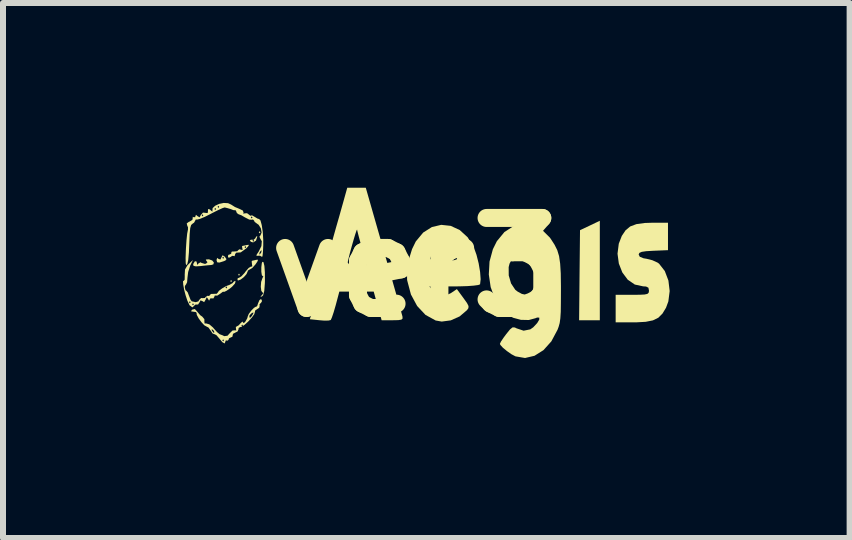
<source format=kicad_pcb>
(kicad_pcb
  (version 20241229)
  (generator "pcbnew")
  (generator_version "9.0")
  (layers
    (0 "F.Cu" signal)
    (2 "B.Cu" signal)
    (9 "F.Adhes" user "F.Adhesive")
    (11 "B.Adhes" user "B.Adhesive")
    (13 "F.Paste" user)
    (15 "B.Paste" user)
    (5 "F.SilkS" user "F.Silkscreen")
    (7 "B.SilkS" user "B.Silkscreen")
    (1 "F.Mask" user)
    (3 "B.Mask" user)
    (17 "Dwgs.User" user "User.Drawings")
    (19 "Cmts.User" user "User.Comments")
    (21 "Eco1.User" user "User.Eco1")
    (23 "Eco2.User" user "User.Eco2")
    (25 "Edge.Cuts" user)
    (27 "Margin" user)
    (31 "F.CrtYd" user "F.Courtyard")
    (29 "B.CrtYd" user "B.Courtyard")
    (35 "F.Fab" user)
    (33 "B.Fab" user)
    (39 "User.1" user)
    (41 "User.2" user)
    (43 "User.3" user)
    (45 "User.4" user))
  (footprint "ver3"
    (layer "F.Cu")
    (at 3.88 1.404)
    (property "Reference" "ver3" (at 0 0 0) (layer "F.SilkS") (effects (font (size 1.5 1.5) (thickness 0.3))))
    (attr board_only exclude_from_pos_files exclude_from_bom)
    (fp_poly (pts (xy -3.066 0.23) (xy -3.079 0.247) (xy -3.092 0.23) (xy -3.079 0.212)) (stroke (width 0) (type solid)) (fill yes) (layer "F.SilkS"))
    (fp_poly (pts (xy -2.934 0.124) (xy -2.947 0.141) (xy -2.96 0.124) (xy -2.947 0.106)) (stroke (width 0) (type solid)) (fill yes) (layer "F.SilkS"))
    (fp_poly (pts (xy -2.59 -0.583) (xy -2.603 -0.565) (xy -2.617 -0.583) (xy -2.603 -0.601)) (stroke (width 0) (type solid)) (fill yes) (layer "F.SilkS"))
    (fp_poly (pts (xy 3.066 0.054) (xy 3.066 0.883) (xy 2.894 0.883) (xy 2.721 0.883) (xy 2.728 0.133) (xy 2.736 -0.618) (xy 2.901 -0.696) (xy 3.066 -0.775)) (stroke (width 0) (type solid)) (fill yes) (layer "F.SilkS"))
    (fp_poly (pts (xy -2.643 -0.508) (xy -2.664 -0.444) (xy -2.711 -0.414) (xy -2.75 -0.425) (xy -2.767 -0.453) (xy -2.737 -0.46) (xy -2.711 -0.457) (xy -2.722 -0.442) (xy -2.709 -0.424) (xy -2.696 -0.442) (xy -2.707 -0.456) (xy -2.706 -0.456) (xy -2.679 -0.479) (xy -2.666 -0.5) (xy -2.647 -0.523)) (stroke (width 0) (type solid)) (fill yes) (layer "F.SilkS"))
    (fp_poly (pts (xy -3.189 -0.181) (xy -3.181 -0.172) (xy -3.155 -0.135) (xy -3.173 -0.113) (xy -3.201 -0.101) (xy -3.275 -0.078) (xy -3.311 -0.083) (xy -3.321 -0.117) (xy -3.321 -0.123) (xy -3.311 -0.156) (xy -3.289 -0.14) (xy -3.257 -0.129) (xy -3.242 -0.159) (xy -3.225 -0.159) (xy -3.211 -0.141) (xy -3.198 -0.159) (xy -3.211 -0.177) (xy -3.225 -0.159) (xy -3.242 -0.159) (xy -3.241 -0.162) (xy -3.221 -0.2)) (stroke (width 0) (type solid)) (fill yes) (layer "F.SilkS"))
    (fp_poly (pts (xy -2.539 -0.085) (xy -2.524 -0.023) (xy -2.516 0.084) (xy -2.515 0.223) (xy -2.516 0.264) (xy -2.526 0.395) (xy -2.545 0.467) (xy -2.564 0.486) (xy -2.59 0.492) (xy -2.572 0.47) (xy -2.564 0.462) (xy -2.543 0.432) (xy -2.551 0.424) (xy -2.575 0.394) (xy -2.584 0.325) (xy -2.578 0.244) (xy -2.557 0.182) (xy -2.541 0.148) (xy -2.551 0.149) (xy -2.566 0.133) (xy -2.575 0.075) (xy -2.575 -0.001) (xy -2.567 -0.067) (xy -2.558 -0.091)) (stroke (width 0) (type solid)) (fill yes) (layer "F.SilkS"))
    (fp_poly (pts (xy -3.447 -0.132) (xy -3.393 -0.113) (xy -3.366 -0.08) (xy -3.374 -0.049) (xy -3.407 -0.038) (xy -3.457 -0.034) (xy -3.537 -0.026) (xy -3.586 -0.02) (xy -3.667 -0.015) (xy -3.705 -0.024) (xy -3.711 -0.049) (xy -3.709 -0.056) (xy -3.682 -0.1) (xy -3.655 -0.096) (xy -3.647 -0.062) (xy -3.641 -0.037) (xy -3.627 -0.06) (xy -3.59 -0.083) (xy -3.57 -0.072) (xy -3.516 -0.056) (xy -3.496 -0.061) (xy -3.472 -0.084) (xy -3.493 -0.11) (xy -3.5 -0.129) (xy -3.456 -0.132)) (stroke (width 0) (type solid)) (fill yes) (layer "F.SilkS"))
    (fp_poly (pts (xy -2.637 -0.102) (xy -2.671 -0.05) (xy -2.723 0.009) (xy -2.765 0.035) (xy -2.767 0.035) (xy -2.799 0.055) (xy -2.802 0.068) (xy -2.821 0.112) (xy -2.865 0.163) (xy -2.918 0.204) (xy -2.96 0.22) (xy -2.973 0.213) (xy -2.968 0.181) (xy -2.951 0.177) (xy -2.909 0.153) (xy -2.853 0.093) (xy -2.839 0.073) (xy -2.787 0.012) (xy -2.747 -0.012) (xy -2.739 -0.01) (xy -2.725 -0.016) (xy -2.73 -0.047) (xy -2.736 -0.098) (xy -2.728 -0.109) (xy -2.688 -0.117) (xy -2.66 -0.124) (xy -2.631 -0.126)) (stroke (width 0) (type solid)) (fill yes) (layer "F.SilkS"))
    (fp_poly (pts (xy -2.789 -0.356) (xy -2.824 -0.316) (xy -2.918 -0.248) (xy -2.993 -0.243) (xy -3.012 -0.22) (xy -3.013 -0.206) (xy -3.024 -0.182) (xy -3.031 -0.188) (xy -3.062 -0.19) (xy -3.081 -0.175) (xy -3.118 -0.157) (xy -3.131 -0.175) (xy -3.126 -0.206) (xy -3.106 -0.212) (xy -3.076 -0.226) (xy -3.077 -0.242) (xy -3.066 -0.262) (xy -3.026 -0.263) (xy -2.977 -0.267) (xy -2.96 -0.285) (xy -2.94 -0.3) (xy -2.916 -0.293) (xy -2.886 -0.288) (xy -2.891 -0.312) (xy -2.895 -0.336) (xy -2.855 -0.336) (xy -2.841 -0.318) (xy -2.828 -0.336) (xy -2.841 -0.353) (xy -2.855 -0.336) (xy -2.895 -0.336) (xy -2.897 -0.35) (xy -2.889 -0.356) (xy -2.847 -0.364) (xy -2.815 -0.371) (xy -2.783 -0.375)) (stroke (width 0) (type solid)) (fill yes) (layer "F.SilkS"))
    (fp_poly (pts (xy 4.202 -0.514) (xy 4.202 -0.285) (xy 3.958 -0.275) (xy 3.839 -0.268) (xy 3.765 -0.257) (xy 3.726 -0.24) (xy 3.714 -0.215) (xy 3.714 -0.212) (xy 3.732 -0.175) (xy 3.794 -0.15) (xy 3.847 -0.141) (xy 3.942 -0.117) (xy 4.026 -0.079) (xy 4.053 -0.06) (xy 4.149 0.063) (xy 4.209 0.221) (xy 4.23 0.396) (xy 4.208 0.569) (xy 4.169 0.675) (xy 4.11 0.772) (xy 4.041 0.841) (xy 3.951 0.885) (xy 3.831 0.909) (xy 3.671 0.918) (xy 3.628 0.918) (xy 3.33 0.918) (xy 3.33 0.689) (xy 3.33 0.459) (xy 3.608 0.459) (xy 3.732 0.458) (xy 3.812 0.454) (xy 3.858 0.444) (xy 3.879 0.426) (xy 3.885 0.397) (xy 3.885 0.389) (xy 3.876 0.341) (xy 3.837 0.321) (xy 3.788 0.318) (xy 3.649 0.288) (xy 3.531 0.207) (xy 3.441 0.086) (xy 3.383 -0.062) (xy 3.361 -0.226) (xy 3.382 -0.393) (xy 3.432 -0.522) (xy 3.495 -0.616) (xy 3.572 -0.68) (xy 3.676 -0.719) (xy 3.814 -0.738) (xy 3.936 -0.742) (xy 4.202 -0.742)) (stroke (width 0) (type solid)) (fill yes) (layer "F.SilkS"))
    (fp_poly (pts (xy -0.536 -0.283) (xy -0.462 -0.024) (xy -0.394 0.214) (xy -0.334 0.425) (xy -0.285 0.6) (xy -0.248 0.73) (xy -0.227 0.806) (xy -0.223 0.821) (xy -0.221 0.854) (xy -0.241 0.873) (xy -0.293 0.881) (xy -0.388 0.883) (xy -0.389 0.883) (xy -0.57 0.883) (xy -0.636 0.645) (xy -0.702 0.406) (xy -0.988 0.406) (xy -1.275 0.406) (xy -1.335 0.631) (xy -1.369 0.748) (xy -1.399 0.837) (xy -1.418 0.879) (xy -1.455 0.888) (xy -1.527 0.889) (xy -1.603 0.883) (xy -1.766 0.866) (xy -1.529 0.035) (xy -1.496 -0.079) (xy -1.135 -0.079) (xy -1.115 -0.052) (xy -1.049 -0.038) (xy -0.979 -0.035) (xy -0.821 -0.035) (xy -0.899 -0.32) (xy -0.935 -0.452) (xy -0.963 -0.558) (xy -0.978 -0.62) (xy -0.979 -0.629) (xy -0.988 -0.614) (xy -1.01 -0.549) (xy -1.039 -0.452) (xy -1.071 -0.34) (xy -1.101 -0.23) (xy -1.123 -0.139) (xy -1.135 -0.084) (xy -1.135 -0.079) (xy -1.496 -0.079) (xy -1.459 -0.21) (xy -1.39 -0.449) (xy -1.328 -0.669) (xy -1.274 -0.857) (xy -1.234 -1) (xy -1.217 -1.06) (xy -1.143 -1.325) (xy -0.988 -1.325) (xy -0.834 -1.325)) (stroke (width 0) (type solid)) (fill yes) (layer "F.SilkS"))
    (fp_poly (pts (xy 0.581 -0.69) (xy 0.732 -0.62) (xy 0.864 -0.499) (xy 0.968 -0.328) (xy 1.011 -0.207) (xy 1.047 -0.064) (xy 1.071 0.078) (xy 1.08 0.2) (xy 1.071 0.28) (xy 1.069 0.285) (xy 1.039 0.296) (xy 0.965 0.306) (xy 0.857 0.314) (xy 0.725 0.318) (xy 0.639 0.319) (xy 0.225 0.32) (xy 0.287 0.39) (xy 0.383 0.467) (xy 0.478 0.479) (xy 0.58 0.433) (xy 0.684 0.364) (xy 0.792 0.511) (xy 0.852 0.595) (xy 0.878 0.646) (xy 0.876 0.681) (xy 0.853 0.714) (xy 0.73 0.819) (xy 0.582 0.885) (xy 0.431 0.905) (xy 0.33 0.887) (xy 0.161 0.794) (xy 0.022 0.646) (xy -0.082 0.453) (xy -0.143 0.223) (xy -0.146 0.205) (xy -0.147 0.05) (xy -0.117 -0.128) (xy -0.114 -0.139) (xy 0.238 -0.139) (xy 0.262 -0.124) (xy 0.327 -0.113) (xy 0.421 -0.107) (xy 0.463 -0.106) (xy 0.568 -0.11) (xy 0.646 -0.12) (xy 0.685 -0.135) (xy 0.687 -0.14) (xy 0.664 -0.185) (xy 0.606 -0.23) (xy 0.529 -0.266) (xy 0.453 -0.282) (xy 0.443 -0.283) (xy 0.367 -0.266) (xy 0.296 -0.226) (xy 0.248 -0.174) (xy 0.238 -0.139) (xy -0.114 -0.139) (xy -0.063 -0.303) (xy -0.001 -0.43) (xy 0.122 -0.578) (xy 0.267 -0.67) (xy 0.423 -0.707)) (stroke (width 0) (type solid)) (fill yes) (layer "F.SilkS"))
    (fp_poly (pts (xy 1.945 -0.705) (xy 2.098 -0.629) (xy 2.234 -0.494) (xy 2.25 -0.471) (xy 2.312 -0.375) (xy 2.357 -0.285) (xy 2.387 -0.185) (xy 2.405 -0.061) (xy 2.415 0.1) (xy 2.418 0.314) (xy 2.418 0.389) (xy 2.417 0.595) (xy 2.415 0.744) (xy 2.408 0.851) (xy 2.397 0.93) (xy 2.379 0.994) (xy 2.361 1.042) (xy 2.258 1.235) (xy 2.127 1.381) (xy 1.978 1.475) (xy 1.82 1.512) (xy 1.663 1.485) (xy 1.659 1.484) (xy 1.593 1.449) (xy 1.519 1.397) (xy 1.452 1.342) (xy 1.409 1.295) (xy 1.401 1.276) (xy 1.418 1.239) (xy 1.463 1.172) (xy 1.506 1.114) (xy 1.569 1.036) (xy 1.611 1.002) (xy 1.649 1.003) (xy 1.679 1.018) (xy 1.796 1.057) (xy 1.907 1.035) (xy 1.957 1) (xy 2.023 0.929) (xy 2.057 0.872) (xy 2.057 0.839) (xy 2.02 0.838) (xy 1.994 0.849) (xy 1.882 0.879) (xy 1.75 0.876) (xy 1.623 0.842) (xy 1.573 0.816) (xy 1.428 0.691) (xy 1.318 0.525) (xy 1.247 0.331) (xy 1.216 0.12) (xy 1.223 -0.003) (xy 1.547 -0.003) (xy 1.548 0.136) (xy 1.587 0.27) (xy 1.657 0.375) (xy 1.697 0.406) (xy 1.767 0.444) (xy 1.814 0.454) (xy 1.865 0.436) (xy 1.914 0.41) (xy 2.016 0.321) (xy 2.074 0.198) (xy 2.085 0.051) (xy 2.048 -0.107) (xy 1.986 -0.216) (xy 1.9 -0.271) (xy 1.814 -0.283) (xy 1.715 -0.252) (xy 1.625 -0.172) (xy 1.562 -0.062) (xy 1.547 -0.003) (xy 1.223 -0.003) (xy 1.228 -0.095) (xy 1.284 -0.301) (xy 1.35 -0.434) (xy 1.476 -0.587) (xy 1.624 -0.683) (xy 1.784 -0.723)) (stroke (width 0) (type solid)) (fill yes) (layer "F.SilkS"))
    (fp_poly (pts (xy -3.76 -0.027) (xy -3.794 0.078) (xy -3.806 0.175) (xy -3.812 0.25) (xy -3.828 0.283) (xy -3.828 0.283) (xy -3.848 0.311) (xy -3.85 0.336) (xy -3.838 0.383) (xy -3.827 0.389) (xy -3.802 0.418) (xy -3.78 0.477) (xy -3.754 0.543) (xy -3.734 0.568) (xy -3.692 0.576) (xy -3.669 0.582) (xy -3.624 0.568) (xy -3.611 0.545) (xy -3.578 0.512) (xy -3.559 0.515) (xy -3.515 0.512) (xy -3.503 0.496) (xy -3.471 0.474) (xy -3.461 0.478) (xy -3.438 0.476) (xy -3.436 0.466) (xy -3.414 0.445) (xy -3.37 0.443) (xy -3.32 0.442) (xy -3.304 0.426) (xy -3.282 0.393) (xy -3.228 0.352) (xy -3.199 0.336) (xy -3.172 0.336) (xy -3.158 0.353) (xy -3.145 0.336) (xy -3.158 0.318) (xy -3.172 0.336) (xy -3.199 0.336) (xy -3.16 0.313) (xy -3.107 0.294) (xy -3.055 0.265) (xy -3.037 0.243) (xy -3.013 0.226) (xy -3.004 0.238) (xy -3.016 0.273) (xy -3.062 0.324) (xy -3.093 0.35) (xy -3.155 0.392) (xy -3.193 0.41) (xy -3.198 0.408) (xy -3.217 0.409) (xy -3.26 0.441) (xy -3.31 0.473) (xy -3.339 0.471) (xy -3.355 0.475) (xy -3.357 0.492) (xy -3.376 0.521) (xy -3.396 0.517) (xy -3.43 0.521) (xy -3.436 0.54) (xy -3.446 0.556) (xy -3.461 0.531) (xy -3.484 0.499) (xy -3.501 0.532) (xy -3.504 0.541) (xy -3.528 0.581) (xy -3.555 0.565) (xy -3.588 0.551) (xy -3.605 0.584) (xy -3.63 0.622) (xy -3.645 0.62) (xy -3.68 0.624) (xy -3.687 0.635) (xy -3.724 0.669) (xy -3.769 0.635) (xy -3.775 0.626) (xy -3.778 0.618) (xy -3.727 0.618) (xy -3.714 0.636) (xy -3.7 0.618) (xy -3.714 0.601) (xy -3.727 0.618) (xy -3.778 0.618) (xy -3.795 0.583) (xy -3.78 0.583) (xy -3.766 0.601) (xy -3.753 0.583) (xy -3.766 0.565) (xy -3.78 0.583) (xy -3.795 0.583) (xy -3.807 0.558) (xy -3.837 0.467) (xy -3.862 0.371) (xy -3.877 0.286) (xy -3.88 0.232) (xy -3.866 0.224) (xy -3.853 0.207) (xy -3.851 0.14) (xy -3.852 0.13) (xy -3.847 0.038) (xy -3.808 -0.03) (xy -3.787 -0.052) (xy -3.714 -0.122)) (stroke (width 0) (type solid)) (fill yes) (layer "F.SilkS"))
    (fp_poly (pts (xy -2.564 0.559) (xy -2.564 0.565) (xy -2.584 0.599) (xy -2.592 0.601) (xy -2.607 0.623) (xy -2.602 0.638) (xy -2.61 0.675) (xy -2.64 0.695) (xy -2.678 0.721) (xy -2.682 0.744) (xy -2.692 0.781) (xy -2.734 0.839) (xy -2.793 0.904) (xy -2.855 0.96) (xy -2.889 0.983) (xy -2.881 0.971) (xy -2.894 0.954) (xy -2.907 0.971) (xy -2.896 0.987) (xy -2.906 0.993) (xy -2.924 0.996) (xy -2.953 1.011) (xy -2.954 1.031) (xy -2.971 1.07) (xy -3.007 1.088) (xy -3.047 1.109) (xy -3.052 1.133) (xy -3.059 1.161) (xy -3.078 1.166) (xy -3.114 1.185) (xy -3.119 1.203) (xy -3.135 1.224) (xy -3.145 1.219) (xy -3.17 1.222) (xy -3.172 1.234) (xy -3.186 1.27) (xy -3.225 1.248) (xy -3.249 1.219) (xy -3.225 1.219) (xy -3.211 1.236) (xy -3.198 1.219) (xy -3.211 1.201) (xy -3.225 1.219) (xy -3.249 1.219) (xy -3.277 1.185) (xy -3.324 1.131) (xy -3.357 1.114) (xy -3.36 1.115) (xy -3.388 1.103) (xy -3.415 1.061) (xy -3.434 1.035) (xy -3.405 1.035) (xy -3.399 1.054) (xy -3.372 1.092) (xy -3.357 1.084) (xy -3.357 1.08) (xy -3.375 1.05) (xy -3.387 1.039) (xy -3.405 1.035) (xy -3.434 1.035) (xy -3.455 1.005) (xy -3.486 0.989) (xy -3.524 0.968) (xy -3.573 0.915) (xy -3.62 0.851) (xy -3.651 0.793) (xy -3.654 0.763) (xy -3.664 0.747) (xy -3.703 0.741) (xy -3.744 0.736) (xy -3.737 0.716) (xy -3.727 0.706) (xy -3.683 0.696) (xy -3.647 0.735) (xy -3.594 0.798) (xy -3.559 0.823) (xy -3.524 0.865) (xy -3.524 0.899) (xy -3.521 0.936) (xy -3.491 0.937) (xy -3.442 0.951) (xy -3.381 1.003) (xy -3.369 1.018) (xy -3.313 1.08) (xy -3.271 1.115) (xy -3.266 1.117) (xy -3.218 1.135) (xy -3.193 1.148) (xy -3.139 1.141) (xy -3.103 1.101) (xy -3.055 1.054) (xy -3.018 1.051) (xy -2.992 1.053) (xy -2.997 1.03) (xy -3 0.994) (xy -2.99 0.989) (xy -2.952 0.967) (xy -2.922 0.934) (xy -2.89 0.904) (xy -2.881 0.918) (xy -2.867 0.932) (xy -2.841 0.906) (xy -2.809 0.849) (xy -2.802 0.821) (xy -2.8 0.816) (xy -2.775 0.816) (xy -2.766 0.846) (xy -2.736 0.816) (xy -2.722 0.794) (xy -2.703 0.756) (xy -2.723 0.758) (xy -2.732 0.762) (xy -2.769 0.797) (xy -2.775 0.816) (xy -2.8 0.816) (xy -2.785 0.779) (xy -2.745 0.725) (xy -2.699 0.677) (xy -2.666 0.657) (xy -2.661 0.659) (xy -2.644 0.645) (xy -2.63 0.603) (xy -2.606 0.547) (xy -2.579 0.529)) (stroke (width 0) (type solid)) (fill yes) (layer "F.SilkS"))
    (fp_poly (pts (xy -3.129 -1.068) (xy -3.079 -1.045) (xy -3.014 -1.004) (xy -2.94 -0.973) (xy -2.884 -0.946) (xy -2.871 -0.913) (xy -2.872 -0.91) (xy -2.873 -0.889) (xy -2.857 -0.898) (xy -2.813 -0.901) (xy -2.787 -0.882) (xy -2.756 -0.857) (xy -2.749 -0.862) (xy -2.729 -0.865) (xy -2.689 -0.842) (xy -2.638 -0.811) (xy -2.612 -0.804) (xy -2.589 -0.78) (xy -2.568 -0.703) (xy -2.551 -0.589) (xy -2.543 -0.456) (xy -2.543 -0.362) (xy -2.548 -0.254) (xy -2.555 -0.186) (xy -2.563 -0.173) (xy -2.598 -0.193) (xy -2.626 -0.192) (xy -2.656 -0.19) (xy -2.652 -0.212) (xy -2.651 -0.214) (xy -2.61 -0.214) (xy -2.607 -0.212) (xy -2.582 -0.237) (xy -2.577 -0.247) (xy -2.57 -0.28) (xy -2.574 -0.283) (xy -2.598 -0.258) (xy -2.603 -0.247) (xy -2.61 -0.214) (xy -2.651 -0.214) (xy -2.619 -0.261) (xy -2.574 -0.353) (xy -2.567 -0.433) (xy -2.593 -0.479) (xy -2.607 -0.51) (xy -2.59 -0.53) (xy -2.57 -0.58) (xy -2.583 -0.649) (xy -2.62 -0.708) (xy -2.644 -0.725) (xy -2.686 -0.756) (xy -2.696 -0.778) (xy -2.715 -0.797) (xy -2.731 -0.792) (xy -2.777 -0.795) (xy -2.84 -0.827) (xy -2.843 -0.829) (xy -2.846 -0.83) (xy -2.749 -0.83) (xy -2.736 -0.813) (xy -2.722 -0.83) (xy -2.736 -0.848) (xy -2.749 -0.83) (xy -2.846 -0.83) (xy -2.907 -0.866) (xy -2.953 -0.883) (xy -2.954 -0.883) (xy -2.984 -0.905) (xy -2.987 -0.918) (xy -3.002 -0.95) (xy -3.007 -0.95) (xy -3.04 -0.952) (xy -3.083 -0.969) (xy -3.144 -0.987) (xy -3.186 -0.997) (xy -3.221 -0.986) (xy -3.292 -0.954) (xy -3.386 -0.907) (xy -3.42 -0.889) (xy -3.517 -0.84) (xy -3.596 -0.807) (xy -3.643 -0.795) (xy -3.65 -0.797) (xy -3.673 -0.792) (xy -3.674 -0.782) (xy -3.696 -0.743) (xy -3.72 -0.727) (xy -3.745 -0.704) (xy -3.76 -0.652) (xy -3.769 -0.555) (xy -3.774 -0.433) (xy -3.782 -0.245) (xy -3.793 -0.12) (xy -3.809 -0.053) (xy -3.828 -0.035) (xy -3.835 -0.068) (xy -3.837 -0.154) (xy -3.833 -0.277) (xy -3.831 -0.318) (xy -3.822 -0.452) (xy -3.811 -0.559) (xy -3.8 -0.618) (xy -3.798 -0.623) (xy -3.797 -0.666) (xy -3.809 -0.693) (xy -3.818 -0.731) (xy -3.783 -0.757) (xy -3.769 -0.762) (xy -3.724 -0.79) (xy -3.718 -0.822) (xy -3.718 -0.842) (xy -3.704 -0.834) (xy -3.677 -0.834) (xy -3.674 -0.85) (xy -3.664 -0.874) (xy -3.637 -0.851) (xy -3.603 -0.832) (xy -3.586 -0.866) (xy -3.568 -0.866) (xy -3.555 -0.848) (xy -3.542 -0.866) (xy -3.555 -0.883) (xy -3.568 -0.866) (xy -3.586 -0.866) (xy -3.584 -0.869) (xy -3.548 -0.911) (xy -3.516 -0.908) (xy -3.475 -0.903) (xy -3.466 -0.913) (xy -3.463 -0.97) (xy -3.433 -0.964) (xy -3.418 -0.949) (xy -3.39 -0.926) (xy -3.39 -0.94) (xy -3.388 -0.971) (xy -3.357 -0.971) (xy -3.343 -0.954) (xy -3.33 -0.971) (xy -3.343 -0.989) (xy -3.357 -0.971) (xy -3.388 -0.971) (xy -3.387 -0.985) (xy -3.364 -1.007) (xy -3.304 -1.007) (xy -3.291 -0.989) (xy -3.277 -1.007) (xy -3.291 -1.024) (xy -3.304 -1.007) (xy -3.364 -1.007) (xy -3.345 -1.025) (xy -3.278 -1.056) (xy -3.202 -1.072)) (stroke (width 0) (type solid)) (fill yes) (layer "F.SilkS")))
  (gr_rect
    (start -3 -3)
    (end 11.109 5.916)
    (stroke (width 0.1) (type default))
    (fill no)
    (layer "Edge.Cuts")))
</source>
